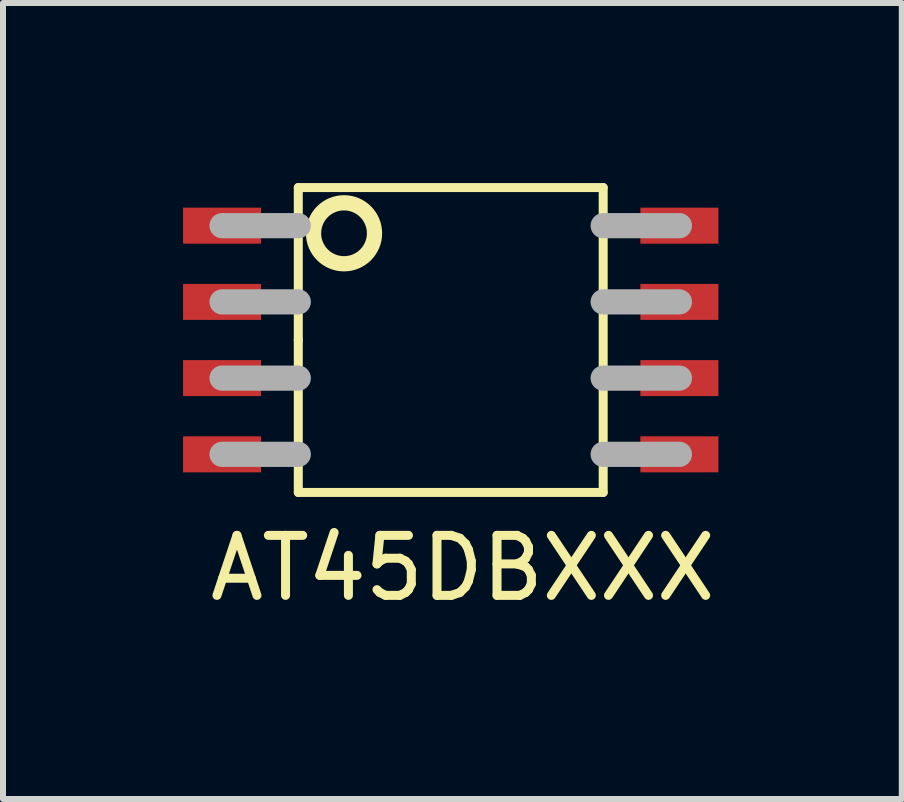
<source format=kicad_pcb>
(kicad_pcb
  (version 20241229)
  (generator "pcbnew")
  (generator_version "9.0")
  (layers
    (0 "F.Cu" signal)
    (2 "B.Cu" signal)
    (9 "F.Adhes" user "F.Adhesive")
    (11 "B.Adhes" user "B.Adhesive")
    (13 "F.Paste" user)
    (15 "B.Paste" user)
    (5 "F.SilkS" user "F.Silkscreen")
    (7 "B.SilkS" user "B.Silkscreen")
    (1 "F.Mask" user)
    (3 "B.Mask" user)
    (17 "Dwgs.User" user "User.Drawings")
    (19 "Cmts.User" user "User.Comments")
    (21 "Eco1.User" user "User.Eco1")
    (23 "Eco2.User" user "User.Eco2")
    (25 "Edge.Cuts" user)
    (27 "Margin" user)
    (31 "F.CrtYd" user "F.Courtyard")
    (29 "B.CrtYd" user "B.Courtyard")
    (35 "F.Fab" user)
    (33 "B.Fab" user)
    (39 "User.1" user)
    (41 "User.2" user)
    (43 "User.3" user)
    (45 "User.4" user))
  (footprint "AT45DBXXX"
    (layer "F.Cu")
    (at 4.46 2.615)
    (property "Reference" "AT45DBXXX" (at 0.2 3.8 0) (layer "F.SilkS") (effects (font (size 1 1) (thickness 0.15))))
    (attr through_hole)
    (fp_line (start -2.54 -2.54) (end 2.54 -2.54) (stroke (width 0.15) (type solid)) (layer "F.SilkS"))
    (fp_line (start -2.54 0) (end -2.54 -2.54) (stroke (width 0.15) (type solid)) (layer "F.SilkS"))
    (fp_line (start -2.54 2.54) (end -2.54 0) (stroke (width 0.15) (type solid)) (layer "F.SilkS"))
    (fp_line (start 2.54 -2.54) (end 2.54 2.54) (stroke (width 0.15) (type solid)) (layer "F.SilkS"))
    (fp_line (start 2.54 2.54) (end -2.54 2.54) (stroke (width 0.15) (type solid)) (layer "F.SilkS"))
    (fp_circle (center -1.778 -1.778) (end -1.27 -1.778) (stroke (width 0.254) (type solid)) (fill no) (layer "F.SilkS"))
    (fp_line (start -2.54 -1.905) (end -3.81 -1.905) (stroke (width 0.42) (type solid)) (layer "F.Fab"))
    (fp_line (start -2.54 -0.635) (end -3.81 -0.635) (stroke (width 0.42) (type solid)) (layer "F.Fab"))
    (fp_line (start -2.54 0.635) (end -3.81 0.635) (stroke (width 0.42) (type solid)) (layer "F.Fab"))
    (fp_line (start -2.54 1.905) (end -3.81 1.905) (stroke (width 0.42) (type solid)) (layer "F.Fab"))
    (fp_line (start 2.54 -1.905) (end 3.81 -1.905) (stroke (width 0.42) (type solid)) (layer "F.Fab"))
    (fp_line (start 2.54 -0.635) (end 3.81 -0.635) (stroke (width 0.42) (type solid)) (layer "F.Fab"))
    (fp_line (start 2.54 0.635) (end 3.81 0.635) (stroke (width 0.42) (type solid)) (layer "F.Fab"))
    (fp_line (start 2.54 1.905) (end 3.81 1.905) (stroke (width 0.42) (type solid)) (layer "F.Fab"))
    (pad "1" smd rect (at -3.81 -1.905) (size 1.3 0.6) (layers "F.Cu" "F.Mask" "F.Paste"))
    (pad "2" smd rect (at -3.81 -0.635) (size 1.3 0.6) (layers "F.Cu" "F.Mask" "F.Paste"))
    (pad "3" smd rect (at -3.81 0.635) (size 1.3 0.6) (layers "F.Cu" "F.Mask" "F.Paste"))
    (pad "4" smd rect (at -3.81 1.905) (size 1.3 0.6) (layers "F.Cu" "F.Mask" "F.Paste"))
    (pad "5" smd rect (at 3.81 1.905) (size 1.3 0.6) (layers "F.Cu" "F.Mask" "F.Paste"))
    (pad "6" smd rect (at 3.81 0.635) (size 1.3 0.6) (layers "F.Cu" "F.Mask" "F.Paste"))
    (pad "7" smd rect (at 3.81 -0.635) (size 1.3 0.6) (layers "F.Cu" "F.Mask" "F.Paste"))
    (pad "8" smd rect (at 3.81 -1.905) (size 1.3 0.6) (layers "F.Cu" "F.Mask" "F.Paste")))
  (gr_rect
    (start -3 -3)
    (end 11.975 10.263)
    (stroke (width 0.1) (type default))
    (fill no)
    (layer "Edge.Cuts")))
</source>
